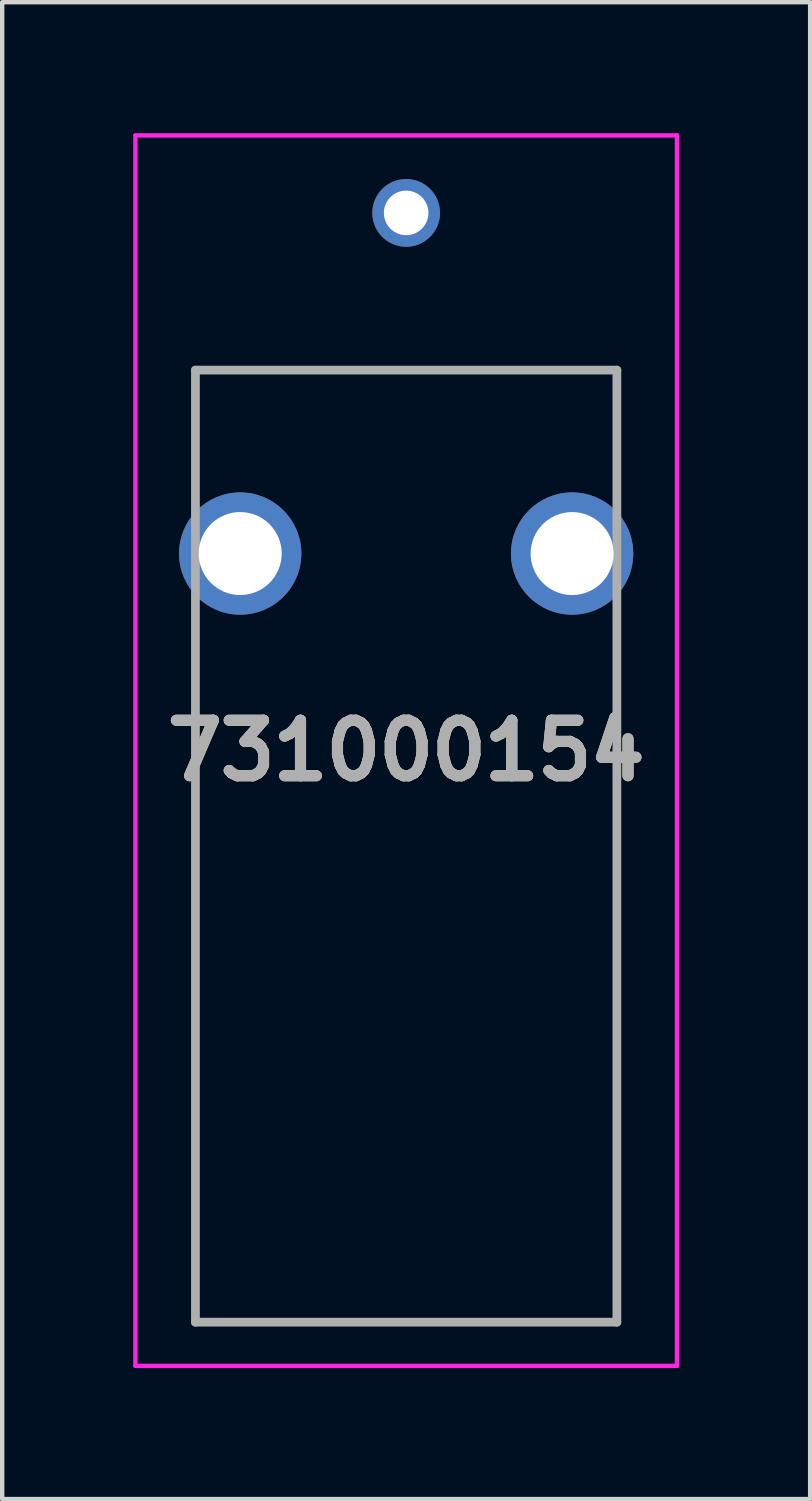
<source format=kicad_pcb>
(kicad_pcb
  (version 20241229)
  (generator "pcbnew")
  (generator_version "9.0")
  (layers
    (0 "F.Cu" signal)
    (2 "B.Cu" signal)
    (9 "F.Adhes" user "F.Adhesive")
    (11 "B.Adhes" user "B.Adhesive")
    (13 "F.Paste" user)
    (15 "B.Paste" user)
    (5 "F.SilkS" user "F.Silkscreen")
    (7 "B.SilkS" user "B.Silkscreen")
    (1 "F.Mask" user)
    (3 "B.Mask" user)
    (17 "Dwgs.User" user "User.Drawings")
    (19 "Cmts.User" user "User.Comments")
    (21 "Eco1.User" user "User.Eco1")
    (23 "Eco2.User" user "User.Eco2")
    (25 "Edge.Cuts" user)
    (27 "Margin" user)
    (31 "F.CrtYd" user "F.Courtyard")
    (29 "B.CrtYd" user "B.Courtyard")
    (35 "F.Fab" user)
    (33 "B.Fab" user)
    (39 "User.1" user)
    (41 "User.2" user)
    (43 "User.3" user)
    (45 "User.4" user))
  (footprint "731000154"
    (layer "F.Cu")
    (at 6.25 1.825)
    (property "Reference" "731000154" (at 0 12.313 0) (layer "F.SilkS") (effects (font (size 1.27 1.27) (thickness 0.254))))
    (attr through_hole)
    (fp_line (start -4.825 3.6) (end 4.825 3.6) (stroke (width 0.1) (type solid)) (layer "F.SilkS"))
    (fp_line (start -4.825 25.4) (end -4.825 9.65) (stroke (width 0.1) (type solid)) (layer "F.SilkS"))
    (fp_line (start -4.825 25.4) (end 4.825 25.4) (stroke (width 0.1) (type solid)) (layer "F.SilkS"))
    (fp_line (start 4.825 25.4) (end 4.825 9.65) (stroke (width 0.1) (type solid)) (layer "F.SilkS"))
    (fp_line (start -6.2 -1.775) (end 6.2 -1.775) (stroke (width 0.1) (type solid)) (layer "F.CrtYd"))
    (fp_line (start -6.2 26.4) (end -6.2 -1.775) (stroke (width 0.1) (type solid)) (layer "F.CrtYd"))
    (fp_line (start 6.2 -1.775) (end 6.2 26.4) (stroke (width 0.1) (type solid)) (layer "F.CrtYd"))
    (fp_line (start 6.2 26.4) (end -6.2 26.4) (stroke (width 0.1) (type solid)) (layer "F.CrtYd"))
    (fp_line (start -4.825 3.6) (end 4.825 3.6) (stroke (width 0.2) (type solid)) (layer "F.Fab"))
    (fp_line (start -4.825 25.4) (end -4.825 3.6) (stroke (width 0.2) (type solid)) (layer "F.Fab"))
    (fp_line (start 4.825 3.6) (end 4.825 25.4) (stroke (width 0.2) (type solid)) (layer "F.Fab"))
    (fp_line (start 4.825 25.4) (end -4.825 25.4) (stroke (width 0.2) (type solid)) (layer "F.Fab"))
    (fp_text user "${REFERENCE}" (at 0 12.313 0) (layer "F.Fab") (effects (font (size 1.27 1.27) (thickness 0.254))))
    (pad "1" thru_hole circle (at 0 0) (size 1.55 1.55) (drill 1.02) (layers "*.Cu" "*.Mask"))
    (pad "2" thru_hole circle (at -3.8 7.8) (size 2.8 2.8) (drill 1.9) (layers "*.Cu" "*.Mask"))
    (pad "3" thru_hole circle (at 3.8 7.8) (size 2.8 2.8) (drill 1.9) (layers "*.Cu" "*.Mask")))
  (gr_rect
    (start -3 -3)
    (end 15.5 31.275)
    (stroke (width 0.1) (type default))
    (fill no)
    (layer "Edge.Cuts")))
</source>
